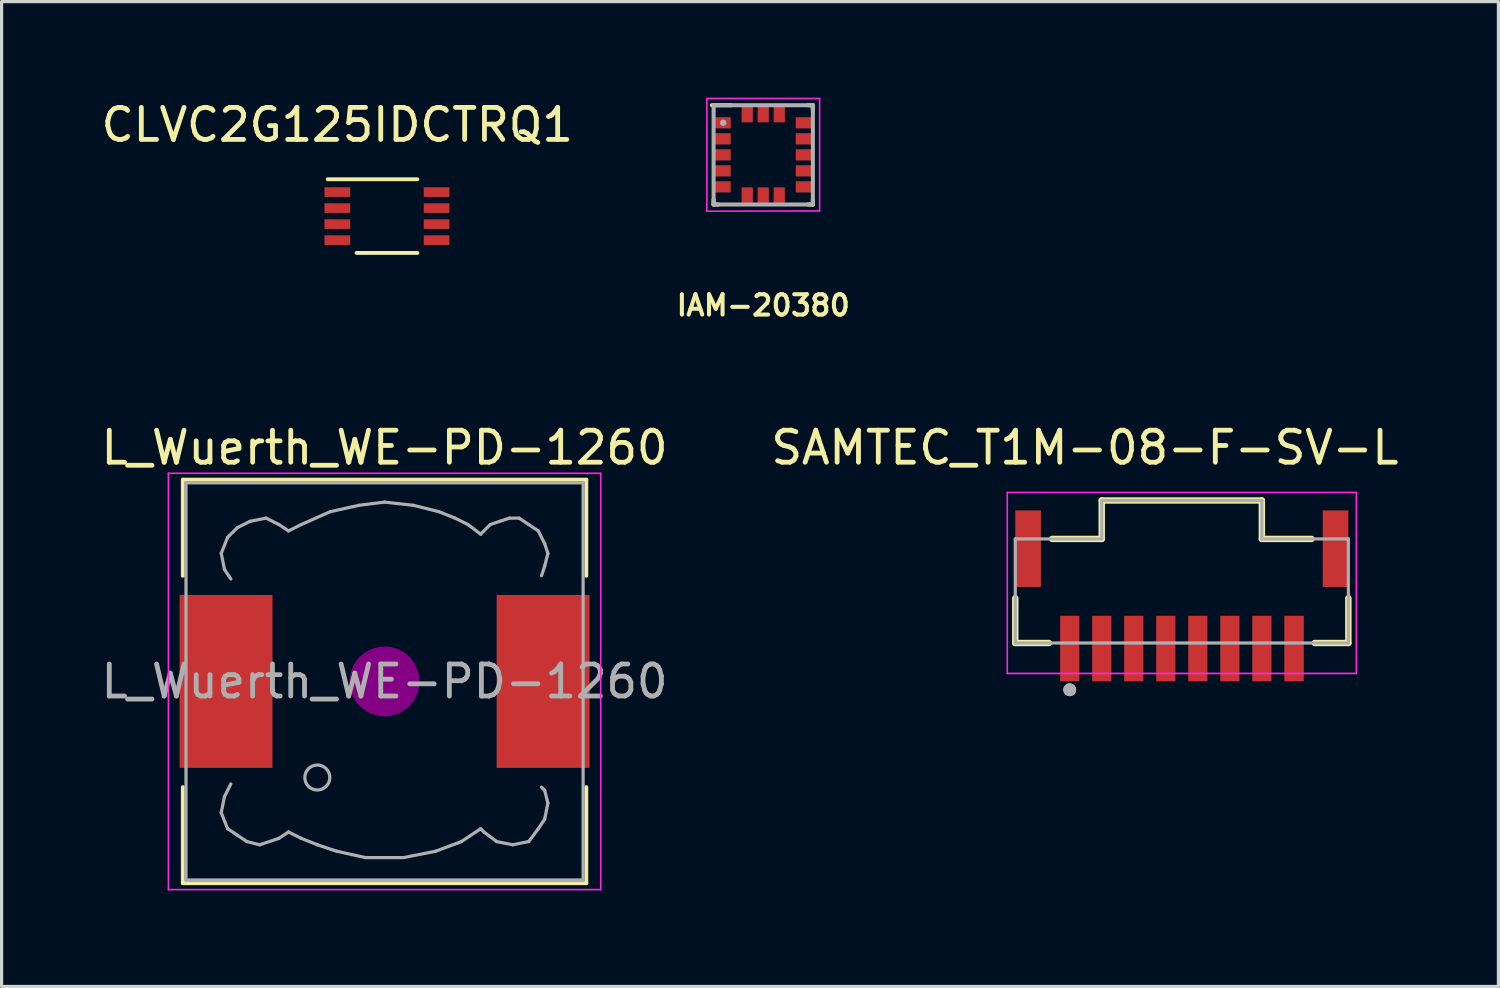
<source format=kicad_pcb>
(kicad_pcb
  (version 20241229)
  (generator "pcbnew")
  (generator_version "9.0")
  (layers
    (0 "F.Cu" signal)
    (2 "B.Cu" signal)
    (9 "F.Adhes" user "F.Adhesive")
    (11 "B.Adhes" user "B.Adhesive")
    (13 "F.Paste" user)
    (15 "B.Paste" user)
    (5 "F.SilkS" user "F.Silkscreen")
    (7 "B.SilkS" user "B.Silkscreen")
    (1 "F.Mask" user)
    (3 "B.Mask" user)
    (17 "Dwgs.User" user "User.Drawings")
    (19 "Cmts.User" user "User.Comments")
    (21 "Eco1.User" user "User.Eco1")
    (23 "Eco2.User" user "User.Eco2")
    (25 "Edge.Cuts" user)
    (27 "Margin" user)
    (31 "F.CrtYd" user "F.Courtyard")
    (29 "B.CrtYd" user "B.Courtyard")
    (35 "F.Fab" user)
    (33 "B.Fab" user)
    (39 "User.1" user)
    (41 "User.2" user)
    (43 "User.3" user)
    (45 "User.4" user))
  (footprint "CLVC2G125IDCTRQ1"
    (layer "F.Cu")
    (at 7.482 2.948)
    (property "Reference" "CLVC2G125IDCTRQ1" (at 0 -2.1 0) (layer "F.SilkS") (effects (font (size 1 1) (thickness 0.15))))
    (attr through_hole)
    (fp_line (start -0.3 -0.4) (end 2.5 -0.4) (stroke (width 0.12) (type solid)) (layer "F.SilkS"))
    (fp_line (start 0.6 1.9) (end 2.5 1.9) (stroke (width 0.12) (type solid)) (layer "F.SilkS"))
    (pad "1" smd rect (at 0 0) (size 0.8 0.3) (layers "F.Cu" "F.Mask" "F.Paste"))
    (pad "2" smd rect (at 0 0.5) (size 0.8 0.3) (layers "F.Cu" "F.Mask" "F.Paste"))
    (pad "3" smd rect (at 0 1) (size 0.8 0.3) (layers "F.Cu" "F.Mask" "F.Paste"))
    (pad "4" smd rect (at 0 1.5) (size 0.8 0.3) (layers "F.Cu" "F.Mask" "F.Paste"))
    (pad "5" smd rect (at 3.1 1.5) (size 0.8 0.3) (layers "F.Cu" "F.Mask" "F.Paste"))
    (pad "6" smd rect (at 3.1 1) (size 0.8 0.3) (layers "F.Cu" "F.Mask" "F.Paste"))
    (pad "7" smd rect (at 3.1 0.5) (size 0.8 0.3) (layers "F.Cu" "F.Mask" "F.Paste"))
    (pad "8" smd rect (at 3.1 0) (size 0.8 0.3) (layers "F.Cu" "F.Mask" "F.Paste")))
  (footprint "L_Wuerth_WE-PD-1260"
    (layer "F.Cu")
    (at 8.958 18.228)
    (property "Reference" "L_Wuerth_WE-PD-1260" (at 0 -7.3 0) (layer "F.SilkS") (effects (font (size 1 1) (thickness 0.15))))
    (attr smd)
    (fp_line (start -6.3 -6.3) (end 6.3 -6.3) (stroke (width 0.12) (type solid)) (layer "F.SilkS"))
    (fp_line (start -6.3 -3.3) (end -6.3 -6.3) (stroke (width 0.12) (type solid)) (layer "F.SilkS"))
    (fp_line (start -6.3 6.3) (end -6.3 3.3) (stroke (width 0.12) (type solid)) (layer "F.SilkS"))
    (fp_line (start 6.3 -6.3) (end 6.3 -3.3) (stroke (width 0.12) (type solid)) (layer "F.SilkS"))
    (fp_line (start 6.3 3.3) (end 6.3 6.3) (stroke (width 0.12) (type solid)) (layer "F.SilkS"))
    (fp_line (start 6.3 6.3) (end -6.3 6.3) (stroke (width 0.12) (type solid)) (layer "F.SilkS"))
    (fp_circle (center 0 0) (end 0.15 0.15) (stroke (width 0.38) (type solid)) (fill no) (layer "F.Adhes"))
    (fp_circle (center 0 0) (end 0.55 0) (stroke (width 0.38) (type solid)) (fill no) (layer "F.Adhes"))
    (fp_circle (center 0 0) (end 0.9 0) (stroke (width 0.38) (type solid)) (fill no) (layer "F.Adhes"))
    (fp_line (start -6.75 -6.5) (end 6.75 -6.5) (stroke (width 0.05) (type solid)) (layer "F.CrtYd"))
    (fp_line (start -6.75 6.5) (end -6.75 -6.5) (stroke (width 0.05) (type solid)) (layer "F.CrtYd"))
    (fp_line (start 6.75 -6.5) (end 6.75 6.5) (stroke (width 0.05) (type solid)) (layer "F.CrtYd"))
    (fp_line (start 6.75 6.5) (end -6.75 6.5) (stroke (width 0.05) (type solid)) (layer "F.CrtYd"))
    (fp_line (start -6.2 -6.2) (end -6.2 6.2) (stroke (width 0.1) (type solid)) (layer "F.Fab"))
    (fp_line (start -6.2 6.2) (end 6.2 6.2) (stroke (width 0.1) (type solid)) (layer "F.Fab"))
    (fp_line (start -5.1 -4) (end -5 -3.5) (stroke (width 0.1) (type solid)) (layer "F.Fab"))
    (fp_line (start -5.1 4.1) (end -5 3.6) (stroke (width 0.1) (type solid)) (layer "F.Fab"))
    (fp_line (start -5 -3.5) (end -4.8 -3.2) (stroke (width 0.1) (type solid)) (layer "F.Fab"))
    (fp_line (start -5 3.6) (end -4.8 3.2) (stroke (width 0.1) (type solid)) (layer "F.Fab"))
    (fp_line (start -4.9 -4.5) (end -5.1 -4) (stroke (width 0.1) (type solid)) (layer "F.Fab"))
    (fp_line (start -4.9 4.6) (end -5.1 4.1) (stroke (width 0.1) (type solid)) (layer "F.Fab"))
    (fp_line (start -4.6 -4.8) (end -4.9 -4.5) (stroke (width 0.1) (type solid)) (layer "F.Fab"))
    (fp_line (start -4.6 4.8) (end -4.9 4.6) (stroke (width 0.1) (type solid)) (layer "F.Fab"))
    (fp_line (start -4.3 5) (end -4.6 4.8) (stroke (width 0.1) (type solid)) (layer "F.Fab"))
    (fp_line (start -4.2 -5) (end -4.6 -4.8) (stroke (width 0.1) (type solid)) (layer "F.Fab"))
    (fp_line (start -3.9 5.1) (end -4.3 5) (stroke (width 0.1) (type solid)) (layer "F.Fab"))
    (fp_line (start -3.7 -5.1) (end -4.2 -5) (stroke (width 0.1) (type solid)) (layer "F.Fab"))
    (fp_line (start -3.3 -4.9) (end -3.7 -5.1) (stroke (width 0.1) (type solid)) (layer "F.Fab"))
    (fp_line (start -3.3 4.9) (end -3.9 5.1) (stroke (width 0.1) (type solid)) (layer "F.Fab"))
    (fp_line (start -3 -4.7) (end -3.3 -4.9) (stroke (width 0.1) (type solid)) (layer "F.Fab"))
    (fp_line (start -3 4.7) (end -3.3 4.9) (stroke (width 0.1) (type solid)) (layer "F.Fab"))
    (fp_line (start -2.6 -4.9) (end -3 -4.7) (stroke (width 0.1) (type solid)) (layer "F.Fab"))
    (fp_line (start -2.6 4.9) (end -3 4.7) (stroke (width 0.1) (type solid)) (layer "F.Fab"))
    (fp_line (start -2.1 5.1) (end -2.6 4.9) (stroke (width 0.1) (type solid)) (layer "F.Fab"))
    (fp_line (start -1.7 -5.3) (end -2.6 -4.9) (stroke (width 0.1) (type solid)) (layer "F.Fab"))
    (fp_line (start -1.5 5.3) (end -2.1 5.1) (stroke (width 0.1) (type solid)) (layer "F.Fab"))
    (fp_line (start -0.8 -5.5) (end -1.7 -5.3) (stroke (width 0.1) (type solid)) (layer "F.Fab"))
    (fp_line (start -0.6 5.5) (end -1.5 5.3) (stroke (width 0.1) (type solid)) (layer "F.Fab"))
    (fp_line (start 0 -5.6) (end -0.8 -5.5) (stroke (width 0.1) (type solid)) (layer "F.Fab"))
    (fp_line (start 0.6 5.5) (end -0.6 5.5) (stroke (width 0.1) (type solid)) (layer "F.Fab"))
    (fp_line (start 0.9 -5.5) (end 0 -5.6) (stroke (width 0.1) (type solid)) (layer "F.Fab"))
    (fp_line (start 1.6 5.3) (end 0.6 5.5) (stroke (width 0.1) (type solid)) (layer "F.Fab"))
    (fp_line (start 1.7 -5.3) (end 0.9 -5.5) (stroke (width 0.1) (type solid)) (layer "F.Fab"))
    (fp_line (start 2.2 -5.1) (end 1.7 -5.3) (stroke (width 0.1) (type solid)) (layer "F.Fab"))
    (fp_line (start 2.4 5) (end 1.6 5.3) (stroke (width 0.1) (type solid)) (layer "F.Fab"))
    (fp_line (start 2.6 -4.9) (end 2.2 -5.1) (stroke (width 0.1) (type solid)) (layer "F.Fab"))
    (fp_line (start 3 -4.6) (end 2.6 -4.9) (stroke (width 0.1) (type solid)) (layer "F.Fab"))
    (fp_line (start 3 4.6) (end 2.4 5) (stroke (width 0.1) (type solid)) (layer "F.Fab"))
    (fp_line (start 3.1 4.7) (end 3 4.6) (stroke (width 0.1) (type solid)) (layer "F.Fab"))
    (fp_line (start 3.3 -4.9) (end 3 -4.6) (stroke (width 0.1) (type solid)) (layer "F.Fab"))
    (fp_line (start 3.5 5) (end 3.1 4.7) (stroke (width 0.1) (type solid)) (layer "F.Fab"))
    (fp_line (start 3.6 -5) (end 3.3 -4.9) (stroke (width 0.1) (type solid)) (layer "F.Fab"))
    (fp_line (start 3.9 -5.1) (end 3.6 -5) (stroke (width 0.1) (type solid)) (layer "F.Fab"))
    (fp_line (start 4 5.1) (end 3.5 5) (stroke (width 0.1) (type solid)) (layer "F.Fab"))
    (fp_line (start 4.2 -5.1) (end 3.9 -5.1) (stroke (width 0.1) (type solid)) (layer "F.Fab"))
    (fp_line (start 4.5 -4.9) (end 4.2 -5.1) (stroke (width 0.1) (type solid)) (layer "F.Fab"))
    (fp_line (start 4.5 5) (end 4 5.1) (stroke (width 0.1) (type solid)) (layer "F.Fab"))
    (fp_line (start 4.8 -4.7) (end 4.5 -4.9) (stroke (width 0.1) (type solid)) (layer "F.Fab"))
    (fp_line (start 4.8 4.6) (end 4.5 5) (stroke (width 0.1) (type solid)) (layer "F.Fab"))
    (fp_line (start 4.9 -3.3) (end 5 -3.6) (stroke (width 0.1) (type solid)) (layer "F.Fab"))
    (fp_line (start 4.9 3.3) (end 5 3.4) (stroke (width 0.1) (type solid)) (layer "F.Fab"))
    (fp_line (start 5 -4.3) (end 4.8 -4.7) (stroke (width 0.1) (type solid)) (layer "F.Fab"))
    (fp_line (start 5 -3.6) (end 5.1 -4) (stroke (width 0.1) (type solid)) (layer "F.Fab"))
    (fp_line (start 5 3.4) (end 5.1 3.8) (stroke (width 0.1) (type solid)) (layer "F.Fab"))
    (fp_line (start 5 4.3) (end 4.8 4.6) (stroke (width 0.1) (type solid)) (layer "F.Fab"))
    (fp_line (start 5.1 -4) (end 5 -4.3) (stroke (width 0.1) (type solid)) (layer "F.Fab"))
    (fp_line (start 5.1 3.8) (end 5 4.3) (stroke (width 0.1) (type solid)) (layer "F.Fab"))
    (fp_line (start 6.2 -6.2) (end -6.2 -6.2) (stroke (width 0.1) (type solid)) (layer "F.Fab"))
    (fp_line (start 6.2 6.2) (end 6.2 -6.2) (stroke (width 0.1) (type solid)) (layer "F.Fab"))
    (fp_circle (center -2.1 3) (end -1.8 3.25) (stroke (width 0.1) (type solid)) (fill no) (layer "F.Fab"))
    (fp_text user "${REFERENCE}" (at 0 0 0) (layer "F.Fab") (effects (font (size 1 1) (thickness 0.15))))
    (pad "1" smd rect (at -4.95 0) (size 2.9 5.4) (layers "F.Cu" "F.Mask" "F.Paste"))
    (pad "2" smd rect (at 4.95 0) (size 2.9 5.4) (layers "F.Cu" "F.Mask" "F.Paste")))
  (footprint "SAMTEC_T1M-08-F-SV-L"
    (layer "F.Cu")
    (at 33.852 14.803)
    (property "Reference" "SAMTEC_T1M-08-F-SV-L" (at -3.025 -3.875 0) (layer "F.SilkS") (effects (font (size 1 1) (thickness 0.15))))
    (attr through_hole)
    (fp_line (start -5.2 2.225) (end -5.2 0.825) (stroke (width 0.2) (type solid)) (layer "F.SilkS"))
    (fp_line (start -5.2 2.225) (end -4.15 2.225) (stroke (width 0.2) (type solid)) (layer "F.SilkS"))
    (fp_line (start -4.05 -1.025) (end -2.5 -1.025) (stroke (width 0.2) (type solid)) (layer "F.SilkS"))
    (fp_line (start -2.5 -2.225) (end 2.5 -2.225) (stroke (width 0.2) (type solid)) (layer "F.SilkS"))
    (fp_line (start -2.5 -1.025) (end -2.5 -2.225) (stroke (width 0.2) (type solid)) (layer "F.SilkS"))
    (fp_line (start 2.5 -1.025) (end 2.5 -2.225) (stroke (width 0.2) (type solid)) (layer "F.SilkS"))
    (fp_line (start 4.05 -1.025) (end 2.5 -1.025) (stroke (width 0.2) (type solid)) (layer "F.SilkS"))
    (fp_line (start 5.2 2.225) (end 4.15 2.225) (stroke (width 0.2) (type solid)) (layer "F.SilkS"))
    (fp_line (start 5.2 2.225) (end 5.2 0.825) (stroke (width 0.2) (type solid)) (layer "F.SilkS"))
    (fp_circle (center -3.5 3.685) (end -3.4 3.685) (stroke (width 0.2) (type solid)) (fill no) (layer "F.SilkS"))
    (fp_line (start -5.45 -2.475) (end 5.45 -2.475) (stroke (width 0.05) (type solid)) (layer "F.CrtYd"))
    (fp_line (start -5.45 3.175) (end -5.45 -2.475) (stroke (width 0.05) (type solid)) (layer "F.CrtYd"))
    (fp_line (start 5.45 -2.475) (end 5.45 3.175) (stroke (width 0.05) (type solid)) (layer "F.CrtYd"))
    (fp_line (start 5.45 3.175) (end -5.45 3.175) (stroke (width 0.05) (type solid)) (layer "F.CrtYd"))
    (fp_line (start -5.2 -1.025) (end -2.5 -1.025) (stroke (width 0.1) (type solid)) (layer "F.Fab"))
    (fp_line (start -5.2 2.225) (end -5.2 -1.025) (stroke (width 0.1) (type solid)) (layer "F.Fab"))
    (fp_line (start -5.2 2.225) (end 5.2 2.225) (stroke (width 0.1) (type solid)) (layer "F.Fab"))
    (fp_line (start -2.5 -2.225) (end 2.5 -2.225) (stroke (width 0.1) (type solid)) (layer "F.Fab"))
    (fp_line (start -2.5 -1.025) (end -2.5 -2.225) (stroke (width 0.1) (type solid)) (layer "F.Fab"))
    (fp_line (start 2.5 -1.025) (end 2.5 -2.225) (stroke (width 0.1) (type solid)) (layer "F.Fab"))
    (fp_line (start 5.2 -1.025) (end 2.5 -1.025) (stroke (width 0.1) (type solid)) (layer "F.Fab"))
    (fp_line (start 5.2 2.225) (end 5.2 -1.025) (stroke (width 0.1) (type solid)) (layer "F.Fab"))
    (fp_circle (center -3.5 3.685) (end -3.4 3.685) (stroke (width 0.2) (type solid)) (fill no) (layer "F.Fab"))
    (pad "1" smd rect (at -3.5 2.397) (size 0.6 2.045) (layers "F.Cu" "F.Mask" "F.Paste"))
    (pad "2" smd rect (at -2.5 2.397) (size 0.6 2.045) (layers "F.Cu" "F.Mask" "F.Paste"))
    (pad "3" smd rect (at -1.5 2.397) (size 0.6 2.045) (layers "F.Cu" "F.Mask" "F.Paste"))
    (pad "4" smd rect (at -0.5 2.397) (size 0.6 2.045) (layers "F.Cu" "F.Mask" "F.Paste"))
    (pad "5" smd rect (at 0.5 2.397) (size 0.6 2.045) (layers "F.Cu" "F.Mask" "F.Paste"))
    (pad "6" smd rect (at 1.5 2.397) (size 0.6 2.045) (layers "F.Cu" "F.Mask" "F.Paste"))
    (pad "7" smd rect (at 2.5 2.397) (size 0.6 2.045) (layers "F.Cu" "F.Mask" "F.Paste"))
    (pad "8" smd rect (at 3.505 2.397) (size 0.61 2.045) (layers "F.Cu" "F.Mask" "F.Paste"))
    (pad "S1" smd rect (at -4.8 -0.72) (size 0.8 2.389) (layers "F.Cu" "F.Mask" "F.Paste"))
    (pad "S2" smd rect (at 4.8 -0.72) (size 0.8 2.389) (layers "F.Cu" "F.Mask" "F.Paste")))
  (footprint "IAM-20380"
    (layer "F.Cu")
    (at 20.782 1.785)
    (property "Reference" "IAM-20380" (at 0 4.7 0) (layer "F.SilkS") (effects (font (size 0.635 0.635) (thickness 0.127))))
    (attr through_hole)
    (fp_line (start -1.6 -1.55) (end -1 -1.55) (stroke (width 0.127) (type solid)) (layer "F.SilkS"))
    (fp_line (start -1.55 1.4) (end -1.55 1.55) (stroke (width 0.127) (type solid)) (layer "F.SilkS"))
    (fp_line (start -1.55 1.55) (end -1.4 1.55) (stroke (width 0.127) (type solid)) (layer "F.SilkS"))
    (fp_line (start 1.4 -1.55) (end 1.55 -1.55) (stroke (width 0.127) (type solid)) (layer "F.SilkS"))
    (fp_line (start 1.4 1.55) (end 1.55 1.55) (stroke (width 0.127) (type solid)) (layer "F.SilkS"))
    (fp_line (start 1.55 -1.55) (end 1.55 -1.4) (stroke (width 0.127) (type solid)) (layer "F.SilkS"))
    (fp_line (start 1.55 1.55) (end 1.55 1.4) (stroke (width 0.127) (type solid)) (layer "F.SilkS"))
    (fp_line (start -1.76 1.76) (end -1.76 -1.76) (stroke (width 0.05) (type solid)) (layer "F.CrtYd"))
    (fp_line (start 1.76 -1.76) (end -1.76 -1.76) (stroke (width 0.05) (type solid)) (layer "F.CrtYd"))
    (fp_line (start 1.76 -1.76) (end 1.76 1.75) (stroke (width 0.05) (type solid)) (layer "F.CrtYd"))
    (fp_line (start 1.76 1.75) (end -1.76 1.76) (stroke (width 0.05) (type solid)) (layer "F.CrtYd"))
    (fp_line (start -1.55 -1.55) (end 1.55 -1.55) (stroke (width 0.127) (type solid)) (layer "F.Fab"))
    (fp_line (start -1.55 1.55) (end -1.55 -1.55) (stroke (width 0.127) (type solid)) (layer "F.Fab"))
    (fp_line (start 1.55 -1.55) (end 1.55 1.55) (stroke (width 0.127) (type solid)) (layer "F.Fab"))
    (fp_line (start 1.55 1.55) (end -1.55 1.55) (stroke (width 0.127) (type solid)) (layer "F.Fab"))
    (fp_circle (center -1.25 -1) (end -1.2 -1) (stroke (width 0.1) (type solid)) (fill no) (layer "F.Fab"))
    (pad "1" smd roundrect (at -1.26 -1) (size 0.49 0.35) (layers "F.Cu" "F.Mask" "F.Paste") (roundrect_rratio 0.04))
    (pad "2" smd roundrect (at -1.26 -0.5) (size 0.49 0.35) (layers "F.Cu" "F.Mask" "F.Paste") (roundrect_rratio 0.04))
    (pad "3" smd roundrect (at -1.26 0) (size 0.49 0.35) (layers "F.Cu" "F.Mask" "F.Paste") (roundrect_rratio 0.04))
    (pad "4" smd roundrect (at -1.26 0.5) (size 0.49 0.35) (layers "F.Cu" "F.Mask" "F.Paste") (roundrect_rratio 0.04))
    (pad "5" smd roundrect (at -1.26 1) (size 0.49 0.35) (layers "F.Cu" "F.Mask" "F.Paste") (roundrect_rratio 0.04))
    (pad "6" smd roundrect (at -0.5 1.26) (size 0.35 0.49) (layers "F.Cu" "F.Mask" "F.Paste") (roundrect_rratio 0.04))
    (pad "7" smd roundrect (at 0 1.26) (size 0.35 0.49) (layers "F.Cu" "F.Mask" "F.Paste") (roundrect_rratio 0.04))
    (pad "8" smd roundrect (at 0.5 1.26) (size 0.35 0.49) (layers "F.Cu" "F.Mask" "F.Paste") (roundrect_rratio 0.04))
    (pad "9" smd roundrect (at 1.26 1) (size 0.49 0.35) (layers "F.Cu" "F.Mask" "F.Paste") (roundrect_rratio 0.04))
    (pad "10" smd roundrect (at 1.26 0.5) (size 0.49 0.35) (layers "F.Cu" "F.Mask" "F.Paste") (roundrect_rratio 0.04))
    (pad "11" smd roundrect (at 1.26 0) (size 0.49 0.35) (layers "F.Cu" "F.Mask" "F.Paste") (roundrect_rratio 0.04))
    (pad "12" smd roundrect (at 1.26 -0.5) (size 0.49 0.35) (layers "F.Cu" "F.Mask" "F.Paste") (roundrect_rratio 0.04))
    (pad "13" smd roundrect (at 1.26 -1) (size 0.49 0.35) (layers "F.Cu" "F.Mask" "F.Paste") (roundrect_rratio 0.04))
    (pad "14" smd roundrect (at 0.5 -1.26) (size 0.35 0.49) (layers "F.Cu" "F.Mask" "F.Paste") (roundrect_rratio 0.04))
    (pad "15" smd roundrect (at 0 -1.26) (size 0.35 0.49) (layers "F.Cu" "F.Mask" "F.Paste") (roundrect_rratio 0.04))
    (pad "16" smd roundrect (at -0.5 -1.26) (size 0.35 0.49) (layers "F.Cu" "F.Mask" "F.Paste") (roundrect_rratio 0.04)))
  (gr_rect
    (start -3 -3)
    (end 43.738 27.753)
    (stroke (width 0.1) (type default))
    (fill no)
    (layer "Edge.Cuts")))
</source>
